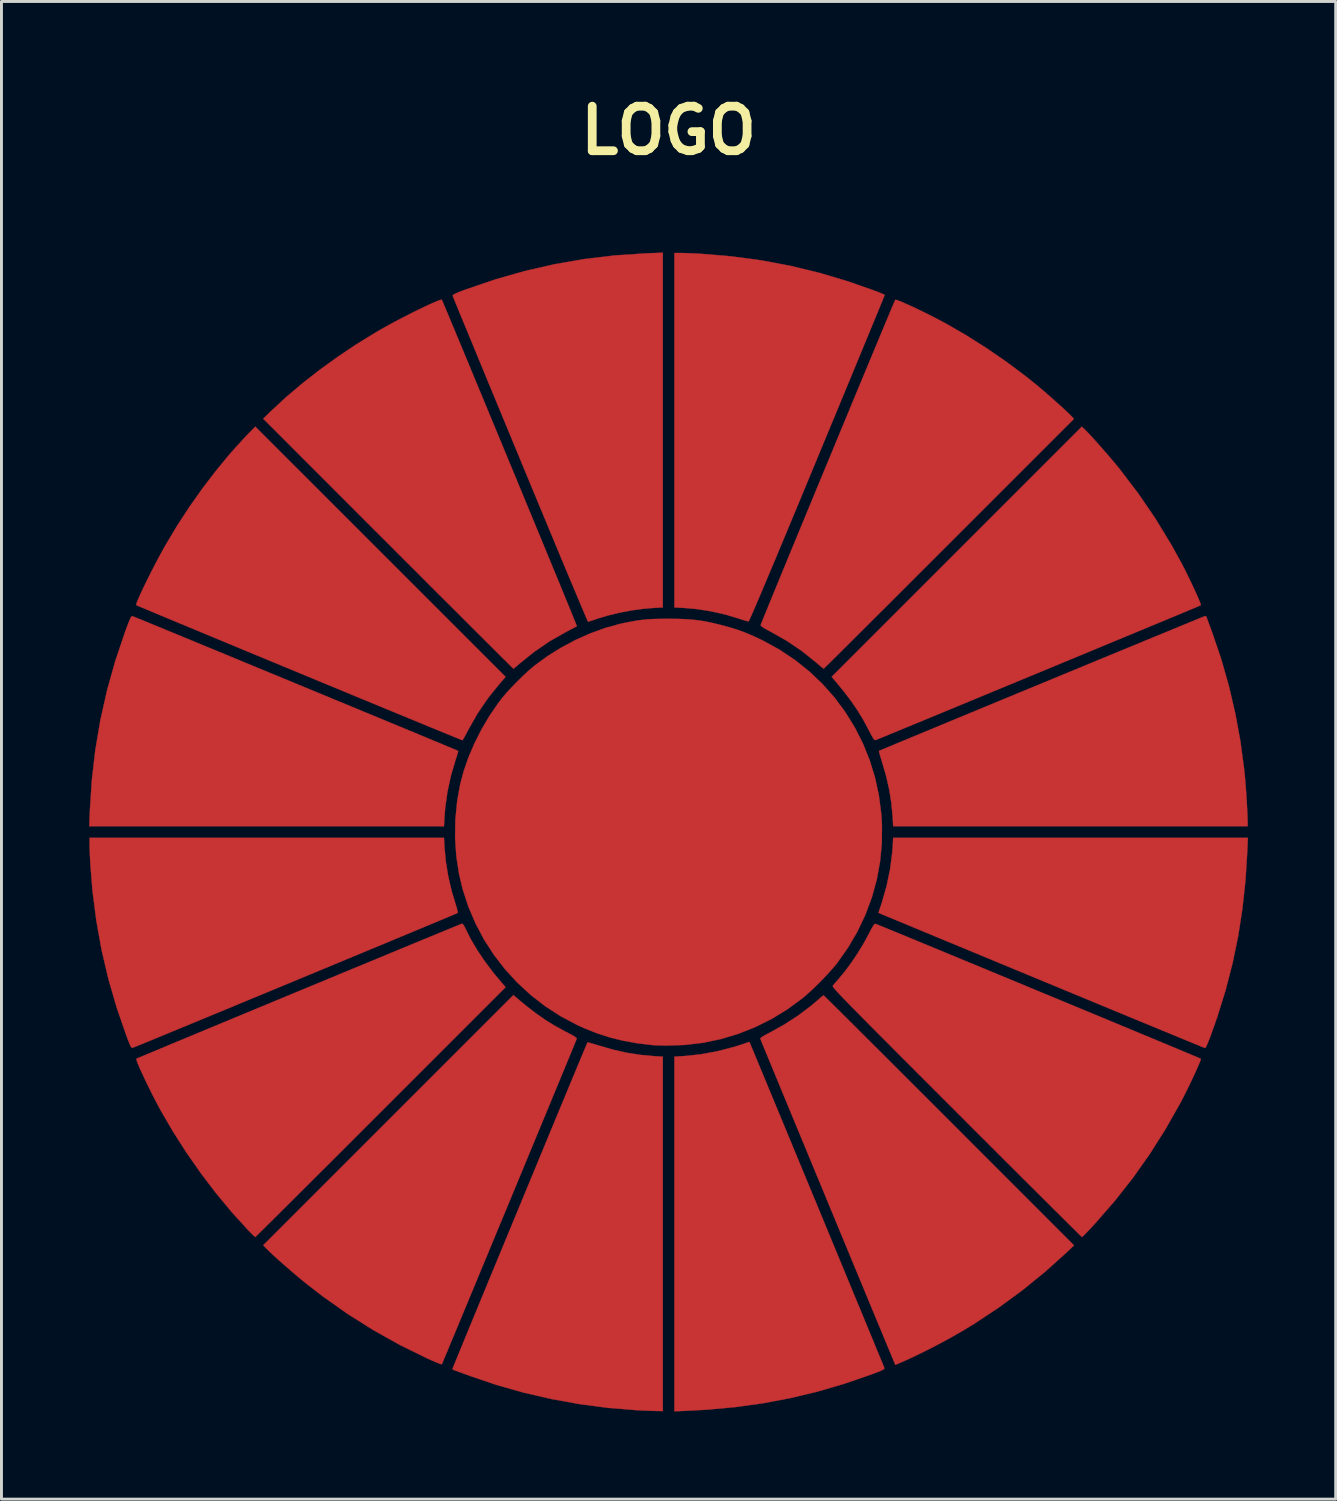
<source format=kicad_pcb>
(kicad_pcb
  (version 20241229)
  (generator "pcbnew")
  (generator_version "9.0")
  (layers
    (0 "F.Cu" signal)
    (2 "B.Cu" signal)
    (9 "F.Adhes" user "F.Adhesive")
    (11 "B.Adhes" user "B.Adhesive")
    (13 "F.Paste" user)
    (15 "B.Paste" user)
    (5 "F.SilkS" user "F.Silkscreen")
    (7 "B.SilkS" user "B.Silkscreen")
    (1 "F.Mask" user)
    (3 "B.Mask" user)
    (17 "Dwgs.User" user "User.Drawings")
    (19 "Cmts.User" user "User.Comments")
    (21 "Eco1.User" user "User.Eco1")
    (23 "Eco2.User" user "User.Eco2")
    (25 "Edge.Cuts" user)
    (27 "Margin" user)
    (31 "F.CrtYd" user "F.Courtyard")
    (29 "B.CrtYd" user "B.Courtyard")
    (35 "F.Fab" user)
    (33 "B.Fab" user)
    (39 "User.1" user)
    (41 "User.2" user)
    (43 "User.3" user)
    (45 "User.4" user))
  (footprint "LOGO"
    (layer "F.Cu")
    (at 19.826 25.418)
    (property "Reference" "LOGO" (at 0 -24 0) (layer "F.SilkS") (effects (font (size 1.524 1.524) (thickness 0.3))))
    (attr through_hole)
    (fp_poly (pts (xy 2.848 7.379) (xy 2.967 7.666) (xy 3.099 7.985) (xy 3.244 8.332) (xy 3.399 8.706) (xy 3.563 9.103) (xy 3.736 9.521) (xy 3.917 9.957) (xy 4.103 10.407) (xy 4.295 10.869) (xy 4.49 11.341) (xy 4.688 11.819) (xy 4.887 12.3) (xy 5.087 12.782) (xy 5.286 13.262) (xy 5.482 13.737) (xy 5.675 14.204) (xy 5.864 14.661) (xy 6.047 15.104) (xy 6.224 15.53) (xy 6.392 15.938) (xy 6.552 16.323) (xy 6.701 16.684) (xy 6.838 17.017) (xy 6.963 17.319) (xy 7.074 17.588) (xy 7.17 17.821) (xy 7.25 18.014) (xy 7.313 18.166) (xy 7.357 18.273) (xy 7.381 18.333) (xy 7.385 18.345) (xy 7.377 18.366) (xy 7.337 18.395) (xy 7.26 18.432) (xy 7.141 18.481) (xy 6.975 18.544) (xy 6.951 18.553) (xy 6.03 18.871) (xy 5.113 19.14) (xy 4.193 19.362) (xy 3.261 19.539) (xy 2.31 19.672) (xy 1.333 19.763) (xy 0.656 19.801) (xy 0.198 19.82) (xy 0.198 7.685) (xy 0.514 7.666) (xy 1.08 7.608) (xy 1.656 7.503) (xy 2.225 7.356) (xy 2.406 7.299) (xy 2.766 7.181) (xy 2.848 7.379)) (stroke (width 0.01) (type solid)) (fill yes) (layer "F.Cu"))
    (fp_poly (pts (xy 19.801 0.656) (xy 19.738 1.657) (xy 19.633 2.626) (xy 19.486 3.571) (xy 19.294 4.499) (xy 19.056 5.418) (xy 18.77 6.336) (xy 18.553 6.95) (xy 18.497 7.097) (xy 18.446 7.223) (xy 18.403 7.319) (xy 18.372 7.378) (xy 18.36 7.392) (xy 18.331 7.381) (xy 18.253 7.35) (xy 18.127 7.298) (xy 17.957 7.229) (xy 17.744 7.141) (xy 17.492 7.037) (xy 17.202 6.918) (xy 16.877 6.784) (xy 16.519 6.636) (xy 16.131 6.476) (xy 15.715 6.304) (xy 15.274 6.122) (xy 14.811 5.93) (xy 14.327 5.729) (xy 13.824 5.521) (xy 13.307 5.307) (xy 12.926 5.149) (xy 12.396 4.929) (xy 11.879 4.715) (xy 11.377 4.507) (xy 10.893 4.306) (xy 10.429 4.113) (xy 9.988 3.93) (xy 9.571 3.758) (xy 9.183 3.597) (xy 8.824 3.448) (xy 8.499 3.313) (xy 8.208 3.192) (xy 7.956 3.087) (xy 7.743 2.999) (xy 7.574 2.929) (xy 7.45 2.878) (xy 7.374 2.846) (xy 7.351 2.836) (xy 7.181 2.765) (xy 7.299 2.406) (xy 7.46 1.843) (xy 7.579 1.268) (xy 7.652 0.697) (xy 7.666 0.514) (xy 7.685 0.198) (xy 19.82 0.198) (xy 19.801 0.656)) (stroke (width 0.01) (type solid)) (fill yes) (layer "F.Cu"))
    (fp_poly (pts (xy -18.316 -7.375) (xy -18.238 -7.343) (xy -18.113 -7.292) (xy -17.945 -7.223) (xy -17.736 -7.137) (xy -17.491 -7.036) (xy -17.21 -6.92) (xy -16.898 -6.791) (xy -16.558 -6.651) (xy -16.191 -6.499) (xy -15.802 -6.339) (xy -15.393 -6.17) (xy -14.967 -5.994) (xy -14.527 -5.812) (xy -14.075 -5.625) (xy -13.616 -5.435) (xy -13.151 -5.243) (xy -12.684 -5.05) (xy -12.217 -4.857) (xy -11.754 -4.665) (xy -11.297 -4.476) (xy -10.85 -4.291) (xy -10.415 -4.111) (xy -9.995 -3.937) (xy -9.593 -3.77) (xy -9.212 -3.613) (xy -8.855 -3.465) (xy -8.525 -3.328) (xy -8.225 -3.203) (xy -7.957 -3.092) (xy -7.725 -2.996) (xy -7.532 -2.915) (xy -7.38 -2.852) (xy -7.273 -2.807) (xy -7.212 -2.781) (xy -7.2 -2.776) (xy -7.204 -2.748) (xy -7.223 -2.677) (xy -7.254 -2.574) (xy -7.291 -2.461) (xy -7.449 -1.922) (xy -7.567 -1.374) (xy -7.643 -0.834) (xy -7.667 -0.529) (xy -7.685 -0.198) (xy -19.821 -0.198) (xy -19.802 -0.713) (xy -19.735 -1.767) (xy -19.615 -2.807) (xy -19.441 -3.835) (xy -19.212 -4.853) (xy -18.928 -5.864) (xy -18.588 -6.872) (xy -18.564 -6.938) (xy -18.499 -7.109) (xy -18.45 -7.233) (xy -18.412 -7.317) (xy -18.383 -7.365) (xy -18.36 -7.386) (xy -18.346 -7.386) (xy -18.316 -7.375)) (stroke (width 0.01) (type solid)) (fill yes) (layer "F.Cu"))
    (fp_poly (pts (xy -0.198 -7.685) (xy -0.529 -7.667) (xy -0.898 -7.635) (xy -1.293 -7.579) (xy -1.693 -7.502) (xy -2.079 -7.408) (xy -2.433 -7.302) (xy -2.496 -7.28) (xy -2.604 -7.243) (xy -2.692 -7.215) (xy -2.747 -7.199) (xy -2.756 -7.197) (xy -2.769 -7.223) (xy -2.803 -7.299) (xy -2.856 -7.422) (xy -2.927 -7.589) (xy -3.016 -7.8) (xy -3.122 -8.051) (xy -3.243 -8.339) (xy -3.379 -8.663) (xy -3.528 -9.02) (xy -3.69 -9.407) (xy -3.863 -9.823) (xy -4.047 -10.265) (xy -4.24 -10.73) (xy -4.442 -11.216) (xy -4.651 -11.721) (xy -4.867 -12.242) (xy -5.077 -12.749) (xy -5.298 -13.284) (xy -5.514 -13.805) (xy -5.723 -14.31) (xy -5.924 -14.797) (xy -6.117 -15.263) (xy -6.3 -15.705) (xy -6.472 -16.122) (xy -6.632 -16.511) (xy -6.78 -16.869) (xy -6.914 -17.195) (xy -7.034 -17.485) (xy -7.138 -17.737) (xy -7.225 -17.949) (xy -7.294 -18.118) (xy -7.345 -18.243) (xy -7.376 -18.32) (xy -7.387 -18.346) (xy -7.382 -18.367) (xy -7.352 -18.392) (xy -7.291 -18.424) (xy -7.193 -18.466) (xy -7.052 -18.521) (xy -6.938 -18.564) (xy -5.931 -18.907) (xy -4.92 -19.195) (xy -3.902 -19.428) (xy -2.875 -19.606) (xy -1.836 -19.729) (xy -0.783 -19.799) (xy -0.713 -19.802) (xy -0.198 -19.821) (xy -0.198 -7.685)) (stroke (width 0.01) (type solid)) (fill yes) (layer "F.Cu"))
    (fp_poly (pts (xy 0.416 -19.812) (xy 0.521 -19.81) (xy 0.667 -19.805) (xy 0.838 -19.798) (xy 1.018 -19.789) (xy 1.115 -19.783) (xy 2.156 -19.696) (xy 3.176 -19.559) (xy 4.179 -19.37) (xy 5.172 -19.129) (xy 6.16 -18.833) (xy 7.006 -18.537) (xy 7.143 -18.485) (xy 7.258 -18.439) (xy 7.343 -18.403) (xy 7.389 -18.38) (xy 7.394 -18.375) (xy 7.383 -18.348) (xy 7.352 -18.271) (xy 7.301 -18.147) (xy 7.232 -17.977) (xy 7.145 -17.765) (xy 7.041 -17.513) (xy 6.921 -17.223) (xy 6.787 -16.898) (xy 6.639 -16.54) (xy 6.478 -16.151) (xy 6.306 -15.734) (xy 6.123 -15.292) (xy 5.93 -14.826) (xy 5.729 -14.339) (xy 5.519 -13.833) (xy 5.303 -13.311) (xy 5.085 -12.785) (xy 4.797 -12.089) (xy 4.526 -11.437) (xy 4.273 -10.829) (xy 4.039 -10.266) (xy 3.823 -9.748) (xy 3.626 -9.277) (xy 3.447 -8.852) (xy 3.288 -8.474) (xy 3.149 -8.145) (xy 3.029 -7.864) (xy 2.929 -7.632) (xy 2.85 -7.449) (xy 2.791 -7.317) (xy 2.753 -7.236) (xy 2.736 -7.207) (xy 2.736 -7.207) (xy 2.694 -7.214) (xy 2.612 -7.237) (xy 2.5 -7.271) (xy 2.379 -7.311) (xy 1.925 -7.446) (xy 1.44 -7.554) (xy 0.948 -7.63) (xy 0.529 -7.667) (xy 0.198 -7.685) (xy 0.198 -19.812) (xy 0.416 -19.812)) (stroke (width 0.01) (type solid)) (fill yes) (layer "F.Cu"))
    (fp_poly (pts (xy -7.667 0.529) (xy -7.621 1.023) (xy -7.536 1.534) (xy -7.415 2.043) (xy -7.306 2.407) (xy -7.265 2.537) (xy -7.235 2.647) (xy -7.217 2.727) (xy -7.215 2.766) (xy -7.216 2.767) (xy -7.244 2.78) (xy -7.32 2.813) (xy -7.443 2.864) (xy -7.61 2.934) (xy -7.817 3.021) (xy -8.061 3.123) (xy -8.34 3.239) (xy -8.651 3.369) (xy -8.99 3.51) (xy -9.355 3.662) (xy -9.743 3.824) (xy -10.152 3.993) (xy -10.577 4.17) (xy -11.016 4.352) (xy -11.467 4.54) (xy -11.926 4.73) (xy -12.39 4.923) (xy -12.857 5.117) (xy -13.323 5.31) (xy -13.786 5.502) (xy -14.243 5.691) (xy -14.69 5.877) (xy -15.125 6.057) (xy -15.545 6.231) (xy -15.947 6.397) (xy -16.328 6.555) (xy -16.686 6.703) (xy -17.016 6.839) (xy -17.317 6.964) (xy -17.585 7.074) (xy -17.818 7.17) (xy -18.012 7.25) (xy -18.164 7.312) (xy -18.273 7.356) (xy -18.334 7.381) (xy -18.347 7.386) (xy -18.369 7.379) (xy -18.397 7.343) (xy -18.432 7.271) (xy -18.479 7.158) (xy -18.537 7.008) (xy -18.879 6.02) (xy -19.166 5.033) (xy -19.399 4.041) (xy -19.58 3.037) (xy -19.711 2.017) (xy -19.783 1.115) (xy -19.793 0.936) (xy -19.801 0.758) (xy -19.808 0.597) (xy -19.811 0.468) (xy -19.812 0.416) (xy -19.812 0.198) (xy -7.685 0.198) (xy -7.667 0.529)) (stroke (width 0.01) (type solid)) (fill yes) (layer "F.Cu"))
    (fp_poly (pts (xy -9.86 -9.591) (xy -5.578 -5.31) (xy -5.747 -5.117) (xy -6.167 -4.599) (xy -6.537 -4.057) (xy -6.846 -3.514) (xy -6.913 -3.384) (xy -6.973 -3.273) (xy -7.019 -3.191) (xy -7.047 -3.146) (xy -7.052 -3.141) (xy -7.079 -3.151) (xy -7.157 -3.182) (xy -7.281 -3.232) (xy -7.45 -3.301) (xy -7.662 -3.388) (xy -7.914 -3.491) (xy -8.204 -3.61) (xy -8.529 -3.744) (xy -8.887 -3.892) (xy -9.276 -4.052) (xy -9.693 -4.224) (xy -10.135 -4.407) (xy -10.601 -4.599) (xy -11.088 -4.801) (xy -11.594 -5.01) (xy -12.115 -5.226) (xy -12.634 -5.441) (xy -13.169 -5.663) (xy -13.69 -5.879) (xy -14.195 -6.088) (xy -14.682 -6.29) (xy -15.147 -6.483) (xy -15.589 -6.667) (xy -16.005 -6.84) (xy -16.392 -7.001) (xy -16.75 -7.15) (xy -17.074 -7.285) (xy -17.362 -7.405) (xy -17.613 -7.51) (xy -17.824 -7.598) (xy -17.992 -7.668) (xy -18.115 -7.72) (xy -18.19 -7.753) (xy -18.216 -7.764) (xy -18.213 -7.798) (xy -18.186 -7.876) (xy -18.138 -7.992) (xy -18.072 -8.14) (xy -17.991 -8.314) (xy -17.897 -8.509) (xy -17.794 -8.718) (xy -17.684 -8.937) (xy -17.57 -9.158) (xy -17.455 -9.376) (xy -17.341 -9.586) (xy -17.233 -9.781) (xy -17.199 -9.84) (xy -16.81 -10.489) (xy -16.391 -11.131) (xy -15.948 -11.757) (xy -15.489 -12.358) (xy -15.022 -12.925) (xy -14.552 -13.447) (xy -14.419 -13.586) (xy -14.142 -13.871) (xy -9.86 -9.591)) (stroke (width 0.01) (type solid)) (fill yes) (layer "F.Cu"))
    (fp_poly (pts (xy -2.746 7.202) (xy -2.673 7.221) (xy -2.567 7.251) (xy -2.437 7.291) (xy -2.391 7.305) (xy -1.897 7.447) (xy -1.427 7.553) (xy -0.964 7.625) (xy -0.515 7.666) (xy -0.198 7.685) (xy -0.198 19.812) (xy -0.445 19.808) (xy -0.568 19.805) (xy -0.729 19.799) (xy -0.906 19.791) (xy -1.081 19.782) (xy -1.101 19.781) (xy -2.072 19.702) (xy -3.046 19.574) (xy -4.014 19.398) (xy -4.969 19.178) (xy -5.901 18.913) (xy -6.791 18.611) (xy -6.952 18.551) (xy -7.097 18.498) (xy -7.217 18.455) (xy -7.303 18.424) (xy -7.345 18.409) (xy -7.345 18.409) (xy -7.387 18.385) (xy -7.394 18.369) (xy -7.384 18.341) (xy -7.353 18.264) (xy -7.302 18.141) (xy -7.234 17.974) (xy -7.149 17.767) (xy -7.049 17.523) (xy -6.934 17.244) (xy -6.806 16.933) (xy -6.666 16.593) (xy -6.515 16.227) (xy -6.355 15.839) (xy -6.186 15.43) (xy -6.01 15.004) (xy -5.828 14.564) (xy -5.642 14.113) (xy -5.452 13.654) (xy -5.26 13.189) (xy -5.066 12.721) (xy -4.873 12.254) (xy -4.681 11.79) (xy -4.492 11.332) (xy -4.306 10.884) (xy -4.126 10.447) (xy -3.951 10.026) (xy -3.784 9.622) (xy -3.625 9.24) (xy -3.476 8.881) (xy -3.339 8.548) (xy -3.213 8.246) (xy -3.101 7.976) (xy -3.003 7.741) (xy -2.921 7.544) (xy -2.856 7.389) (xy -2.809 7.278) (xy -2.782 7.214) (xy -2.775 7.199) (xy -2.746 7.202)) (stroke (width 0.01) (type solid)) (fill yes) (layer "F.Cu"))
    (fp_poly (pts (xy -5.188 5.684) (xy -4.841 5.972) (xy -4.515 6.221) (xy -4.2 6.44) (xy -3.886 6.634) (xy -3.56 6.812) (xy -3.519 6.833) (xy -3.366 6.912) (xy -3.258 6.972) (xy -3.189 7.015) (xy -3.153 7.047) (xy -3.144 7.072) (xy -3.146 7.079) (xy -3.162 7.119) (xy -3.198 7.207) (xy -3.253 7.341) (xy -3.325 7.517) (xy -3.414 7.734) (xy -3.519 7.987) (xy -3.637 8.274) (xy -3.769 8.591) (xy -3.912 8.937) (xy -4.065 9.308) (xy -4.228 9.702) (xy -4.399 10.114) (xy -4.576 10.543) (xy -4.76 10.985) (xy -4.947 11.438) (xy -5.138 11.899) (xy -5.331 12.364) (xy -5.524 12.831) (xy -5.717 13.296) (xy -5.909 13.758) (xy -6.097 14.212) (xy -6.281 14.657) (xy -6.461 15.089) (xy -6.633 15.505) (xy -6.798 15.902) (xy -6.954 16.278) (xy -7.1 16.629) (xy -7.234 16.953) (xy -7.356 17.246) (xy -7.465 17.506) (xy -7.558 17.73) (xy -7.635 17.914) (xy -7.694 18.057) (xy -7.735 18.154) (xy -7.757 18.204) (xy -7.759 18.21) (xy -7.789 18.205) (xy -7.862 18.18) (xy -7.969 18.137) (xy -8.103 18.079) (xy -8.255 18.011) (xy -8.262 18.008) (xy -9.192 17.551) (xy -10.101 17.042) (xy -10.986 16.485) (xy -11.841 15.881) (xy -12.418 15.434) (xy -12.578 15.303) (xy -12.755 15.155) (xy -12.941 14.995) (xy -13.128 14.833) (xy -13.308 14.674) (xy -13.472 14.526) (xy -13.613 14.396) (xy -13.721 14.291) (xy -13.758 14.255) (xy -13.87 14.138) (xy -5.311 5.579) (xy -5.188 5.684)) (stroke (width 0.01) (type solid)) (fill yes) (layer "F.Cu"))
    (fp_poly (pts (xy 18.397 -7.371) (xy 18.409 -7.345) (xy 18.424 -7.304) (xy 18.454 -7.219) (xy 18.498 -7.099) (xy 18.551 -6.955) (xy 18.61 -6.794) (xy 18.611 -6.791) (xy 18.911 -5.908) (xy 19.172 -4.992) (xy 19.39 -4.054) (xy 19.565 -3.105) (xy 19.692 -2.155) (xy 19.711 -1.976) (xy 19.727 -1.796) (xy 19.744 -1.588) (xy 19.761 -1.362) (xy 19.776 -1.13) (xy 19.789 -0.904) (xy 19.8 -0.695) (xy 19.808 -0.516) (xy 19.812 -0.377) (xy 19.812 -0.346) (xy 19.812 -0.198) (xy 7.685 -0.198) (xy 7.666 -0.515) (xy 7.623 -0.986) (xy 7.549 -1.449) (xy 7.442 -1.92) (xy 7.305 -2.391) (xy 7.263 -2.527) (xy 7.229 -2.642) (xy 7.207 -2.727) (xy 7.198 -2.771) (xy 7.199 -2.775) (xy 7.226 -2.788) (xy 7.303 -2.82) (xy 7.426 -2.872) (xy 7.593 -2.941) (xy 7.8 -3.028) (xy 8.044 -3.129) (xy 8.324 -3.245) (xy 8.635 -3.374) (xy 8.974 -3.515) (xy 9.34 -3.667) (xy 9.728 -3.828) (xy 10.137 -3.997) (xy 10.563 -4.174) (xy 11.003 -4.356) (xy 11.454 -4.543) (xy 11.914 -4.733) (xy 12.379 -4.925) (xy 12.846 -5.118) (xy 13.313 -5.312) (xy 13.777 -5.503) (xy 14.235 -5.692) (xy 14.683 -5.878) (xy 15.12 -6.058) (xy 15.541 -6.232) (xy 15.945 -6.398) (xy 16.327 -6.556) (xy 16.686 -6.704) (xy 17.019 -6.841) (xy 17.321 -6.966) (xy 17.592 -7.077) (xy 17.826 -7.174) (xy 18.023 -7.254) (xy 18.178 -7.318) (xy 18.289 -7.363) (xy 18.353 -7.389) (xy 18.368 -7.394) (xy 18.397 -7.371)) (stroke (width 0.01) (type solid)) (fill yes) (layer "F.Cu"))
    (fp_poly (pts (xy 14.255 -13.758) (xy 14.345 -13.666) (xy 14.465 -13.539) (xy 14.605 -13.384) (xy 14.76 -13.21) (xy 14.922 -13.026) (xy 15.084 -12.838) (xy 15.238 -12.656) (xy 15.378 -12.487) (xy 15.434 -12.418) (xy 16.071 -11.582) (xy 16.665 -10.711) (xy 17.213 -9.809) (xy 17.567 -9.164) (xy 17.657 -8.99) (xy 17.749 -8.805) (xy 17.841 -8.615) (xy 17.93 -8.428) (xy 18.012 -8.252) (xy 18.084 -8.092) (xy 18.143 -7.956) (xy 18.185 -7.85) (xy 18.208 -7.782) (xy 18.21 -7.759) (xy 18.183 -7.748) (xy 18.107 -7.715) (xy 17.984 -7.664) (xy 17.818 -7.595) (xy 17.612 -7.509) (xy 17.368 -7.407) (xy 17.089 -7.291) (xy 16.779 -7.162) (xy 16.44 -7.022) (xy 16.075 -6.87) (xy 15.687 -6.709) (xy 15.279 -6.54) (xy 14.854 -6.363) (xy 14.415 -6.181) (xy 13.965 -5.994) (xy 13.506 -5.804) (xy 13.042 -5.612) (xy 12.575 -5.418) (xy 12.109 -5.225) (xy 11.646 -5.033) (xy 11.189 -4.844) (xy 10.742 -4.659) (xy 10.307 -4.479) (xy 9.886 -4.305) (xy 9.484 -4.138) (xy 9.102 -3.98) (xy 8.745 -3.832) (xy 8.414 -3.695) (xy 8.112 -3.571) (xy 7.844 -3.46) (xy 7.61 -3.364) (xy 7.416 -3.283) (xy 7.262 -3.22) (xy 7.153 -3.176) (xy 7.091 -3.15) (xy 7.079 -3.146) (xy 7.056 -3.148) (xy 7.026 -3.175) (xy 6.986 -3.233) (xy 6.932 -3.328) (xy 6.86 -3.467) (xy 6.833 -3.519) (xy 6.657 -3.846) (xy 6.465 -4.162) (xy 6.25 -4.476) (xy 6.005 -4.8) (xy 5.722 -5.144) (xy 5.684 -5.188) (xy 5.579 -5.311) (xy 14.138 -13.87) (xy 14.255 -13.758)) (stroke (width 0.01) (type solid)) (fill yes) (layer "F.Cu"))
    (fp_poly (pts (xy 5.324 5.608) (xy 5.384 5.665) (xy 5.479 5.76) (xy 5.609 5.888) (xy 5.772 6.049) (xy 5.965 6.241) (xy 6.187 6.462) (xy 6.436 6.71) (xy 6.71 6.984) (xy 7.008 7.281) (xy 7.328 7.599) (xy 7.667 7.938) (xy 8.023 8.294) (xy 8.396 8.667) (xy 8.784 9.054) (xy 9.183 9.453) (xy 9.593 9.863) (xy 9.596 9.866) (xy 13.871 14.143) (xy 13.631 14.371) (xy 12.896 15.034) (xy 12.118 15.667) (xy 11.305 16.264) (xy 10.466 16.819) (xy 10.126 17.027) (xy 9.817 17.206) (xy 9.482 17.393) (xy 9.132 17.579) (xy 8.78 17.758) (xy 8.439 17.925) (xy 8.121 18.074) (xy 7.863 18.186) (xy 7.758 18.23) (xy 7.714 18.125) (xy 7.67 18.021) (xy 7.608 17.872) (xy 7.529 17.682) (xy 7.434 17.453) (xy 7.324 17.188) (xy 7.2 16.89) (xy 7.064 16.562) (xy 6.917 16.207) (xy 6.76 15.828) (xy 6.594 15.427) (xy 6.421 15.009) (xy 6.241 14.575) (xy 6.056 14.129) (xy 5.867 13.673) (xy 5.676 13.21) (xy 5.483 12.744) (xy 5.29 12.278) (xy 5.098 11.813) (xy 4.907 11.354) (xy 4.721 10.903) (xy 4.539 10.463) (xy 4.362 10.037) (xy 4.193 9.627) (xy 4.032 9.238) (xy 3.88 8.871) (xy 3.739 8.53) (xy 3.61 8.218) (xy 3.494 7.937) (xy 3.393 7.691) (xy 3.306 7.482) (xy 3.237 7.314) (xy 3.185 7.188) (xy 3.153 7.109) (xy 3.141 7.079) (xy 3.141 7.079) (xy 3.147 7.054) (xy 3.181 7.021) (xy 3.25 6.976) (xy 3.36 6.915) (xy 3.49 6.848) (xy 3.961 6.585) (xy 4.422 6.286) (xy 4.855 5.961) (xy 5.091 5.761) (xy 5.178 5.685) (xy 5.249 5.626) (xy 5.294 5.593) (xy 5.303 5.588) (xy 5.324 5.608)) (stroke (width 0.01) (type solid)) (fill yes) (layer "F.Cu"))
    (fp_poly (pts (xy -7.046 3.146) (xy -7.01 3.188) (xy -6.964 3.274) (xy -6.948 3.31) (xy -6.768 3.667) (xy -6.545 4.043) (xy -6.285 4.429) (xy -5.994 4.816) (xy -5.717 5.149) (xy -5.578 5.31) (xy -9.851 9.583) (xy -10.262 9.993) (xy -10.661 10.393) (xy -11.048 10.78) (xy -11.421 11.152) (xy -11.778 11.508) (xy -12.118 11.847) (xy -12.437 12.165) (xy -12.735 12.462) (xy -13.009 12.735) (xy -13.258 12.983) (xy -13.48 13.204) (xy -13.674 13.396) (xy -13.836 13.557) (xy -13.966 13.686) (xy -14.062 13.78) (xy -14.121 13.837) (xy -14.142 13.857) (xy -14.168 13.838) (xy -14.223 13.786) (xy -14.3 13.709) (xy -14.383 13.624) (xy -14.935 13.018) (xy -15.477 12.366) (xy -16.001 11.678) (xy -16.499 10.964) (xy -16.964 10.236) (xy -17.377 9.525) (xy -17.482 9.33) (xy -17.59 9.124) (xy -17.698 8.911) (xy -17.803 8.7) (xy -17.902 8.496) (xy -17.992 8.304) (xy -18.071 8.132) (xy -18.135 7.985) (xy -18.181 7.869) (xy -18.207 7.791) (xy -18.21 7.757) (xy -18.21 7.757) (xy -18.182 7.744) (xy -18.106 7.712) (xy -17.983 7.66) (xy -17.816 7.59) (xy -17.61 7.504) (xy -17.365 7.402) (xy -17.086 7.285) (xy -16.776 7.156) (xy -16.436 7.015) (xy -16.071 6.863) (xy -15.683 6.701) (xy -15.275 6.532) (xy -14.85 6.355) (xy -14.41 6.173) (xy -13.96 5.986) (xy -13.501 5.795) (xy -13.036 5.603) (xy -12.57 5.409) (xy -12.103 5.216) (xy -11.64 5.024) (xy -11.184 4.834) (xy -10.736 4.649) (xy -10.301 4.469) (xy -9.881 4.295) (xy -9.479 4.129) (xy -9.098 3.971) (xy -8.74 3.823) (xy -8.41 3.687) (xy -8.109 3.562) (xy -7.841 3.452) (xy -7.608 3.356) (xy -7.414 3.276) (xy -7.261 3.214) (xy -7.152 3.169) (xy -7.091 3.145) (xy -7.078 3.14) (xy -7.046 3.146)) (stroke (width 0.01) (type solid)) (fill yes) (layer "F.Cu"))
    (fp_poly (pts (xy -7.76 -18.211) (xy -7.747 -18.183) (xy -7.714 -18.106) (xy -7.662 -17.983) (xy -7.592 -17.816) (xy -7.505 -17.609) (xy -7.403 -17.364) (xy -7.287 -17.085) (xy -7.157 -16.774) (xy -7.016 -16.435) (xy -6.864 -16.069) (xy -6.703 -15.681) (xy -6.534 -15.273) (xy -6.357 -14.847) (xy -6.175 -14.408) (xy -5.988 -13.957) (xy -5.798 -13.498) (xy -5.606 -13.033) (xy -5.413 -12.566) (xy -5.219 -12.099) (xy -5.028 -11.636) (xy -4.839 -11.178) (xy -4.653 -10.73) (xy -4.473 -10.294) (xy -4.299 -9.873) (xy -4.133 -9.469) (xy -3.975 -9.087) (xy -3.827 -8.728) (xy -3.69 -8.396) (xy -3.566 -8.093) (xy -3.455 -7.822) (xy -3.358 -7.587) (xy -3.278 -7.39) (xy -3.214 -7.234) (xy -3.169 -7.123) (xy -3.144 -7.058) (xy -3.138 -7.042) (xy -3.165 -7.027) (xy -3.233 -6.991) (xy -3.333 -6.939) (xy -3.456 -6.875) (xy -3.514 -6.845) (xy -4.067 -6.53) (xy -4.602 -6.164) (xy -5.112 -5.752) (xy -5.112 -5.752) (xy -5.197 -5.679) (xy -5.264 -5.623) (xy -5.303 -5.591) (xy -5.31 -5.588) (xy -5.33 -5.608) (xy -5.389 -5.665) (xy -5.484 -5.759) (xy -5.613 -5.888) (xy -5.775 -6.049) (xy -5.968 -6.241) (xy -6.189 -6.462) (xy -6.438 -6.71) (xy -6.712 -6.983) (xy -7.009 -7.28) (xy -7.328 -7.599) (xy -7.667 -7.937) (xy -8.024 -8.293) (xy -8.396 -8.666) (xy -8.783 -9.053) (xy -9.183 -9.452) (xy -9.593 -9.863) (xy -9.596 -9.865) (xy -13.871 -14.142) (xy -13.586 -14.419) (xy -13.077 -14.889) (xy -12.522 -15.358) (xy -11.93 -15.82) (xy -11.309 -16.268) (xy -10.671 -16.695) (xy -10.022 -17.093) (xy -9.84 -17.199) (xy -9.639 -17.312) (xy -9.425 -17.429) (xy -9.202 -17.547) (xy -8.976 -17.664) (xy -8.754 -17.777) (xy -8.54 -17.882) (xy -8.341 -17.978) (xy -8.162 -18.061) (xy -8.009 -18.129) (xy -7.887 -18.179) (xy -7.803 -18.208) (xy -7.762 -18.213) (xy -7.76 -18.211)) (stroke (width 0.01) (type solid)) (fill yes) (layer "F.Cu"))
    (fp_poly (pts (xy 7.791 -18.207) (xy 7.868 -18.181) (xy 7.984 -18.135) (xy 8.13 -18.071) (xy 8.303 -17.993) (xy 8.494 -17.903) (xy 8.698 -17.804) (xy 8.91 -17.699) (xy 9.122 -17.591) (xy 9.328 -17.483) (xy 9.524 -17.378) (xy 9.525 -17.377) (xy 10.204 -16.984) (xy 10.887 -16.55) (xy 11.559 -16.088) (xy 12.2 -15.609) (xy 12.545 -15.334) (xy 12.681 -15.22) (xy 12.838 -15.087) (xy 13.005 -14.941) (xy 13.176 -14.791) (xy 13.341 -14.644) (xy 13.492 -14.507) (xy 13.621 -14.387) (xy 13.72 -14.293) (xy 13.758 -14.255) (xy 13.87 -14.138) (xy 9.595 -9.863) (xy 9.185 -9.453) (xy 8.785 -9.053) (xy 8.398 -8.667) (xy 8.025 -8.294) (xy 7.668 -7.938) (xy 7.329 -7.599) (xy 7.01 -7.281) (xy 6.712 -6.984) (xy 6.438 -6.711) (xy 6.189 -6.463) (xy 5.967 -6.242) (xy 5.774 -6.05) (xy 5.611 -5.889) (xy 5.482 -5.76) (xy 5.386 -5.666) (xy 5.327 -5.608) (xy 5.306 -5.589) (xy 5.306 -5.589) (xy 5.28 -5.606) (xy 5.222 -5.654) (xy 5.141 -5.722) (xy 5.08 -5.775) (xy 4.581 -6.178) (xy 4.052 -6.537) (xy 3.485 -6.859) (xy 3.471 -6.865) (xy 3.319 -6.947) (xy 3.217 -7.009) (xy 3.162 -7.055) (xy 3.15 -7.079) (xy 3.16 -7.109) (xy 3.192 -7.188) (xy 3.242 -7.313) (xy 3.311 -7.482) (xy 3.396 -7.691) (xy 3.497 -7.937) (xy 3.612 -8.218) (xy 3.741 -8.531) (xy 3.881 -8.872) (xy 4.032 -9.239) (xy 4.193 -9.629) (xy 4.362 -10.038) (xy 4.538 -10.465) (xy 4.72 -10.905) (xy 4.907 -11.357) (xy 5.097 -11.816) (xy 5.289 -12.281) (xy 5.483 -12.748) (xy 5.676 -13.215) (xy 5.867 -13.678) (xy 6.057 -14.134) (xy 6.242 -14.581) (xy 6.422 -15.016) (xy 6.596 -15.435) (xy 6.763 -15.836) (xy 6.921 -16.216) (xy 7.069 -16.572) (xy 7.206 -16.901) (xy 7.33 -17.199) (xy 7.441 -17.465) (xy 7.538 -17.695) (xy 7.618 -17.887) (xy 7.681 -18.037) (xy 7.726 -18.142) (xy 7.752 -18.199) (xy 7.757 -18.21) (xy 7.791 -18.207)) (stroke (width 0.01) (type solid)) (fill yes) (layer "F.Cu"))
    (fp_poly (pts (xy 0.306 -7.293) (xy 0.57 -7.284) (xy 0.806 -7.268) (xy 1.028 -7.243) (xy 1.249 -7.207) (xy 1.484 -7.158) (xy 1.748 -7.095) (xy 1.794 -7.083) (xy 2.088 -7.004) (xy 2.353 -6.922) (xy 2.604 -6.83) (xy 2.862 -6.722) (xy 3.143 -6.591) (xy 3.231 -6.548) (xy 3.793 -6.24) (xy 4.32 -5.889) (xy 4.81 -5.498) (xy 5.262 -5.069) (xy 5.673 -4.606) (xy 6.042 -4.11) (xy 6.367 -3.585) (xy 6.647 -3.033) (xy 6.88 -2.457) (xy 7.064 -1.859) (xy 7.197 -1.242) (xy 7.278 -0.608) (xy 7.3 -0.254) (xy 7.296 0.379) (xy 7.236 1.006) (xy 7.123 1.625) (xy 6.956 2.231) (xy 6.736 2.822) (xy 6.466 3.394) (xy 6.145 3.945) (xy 5.775 4.47) (xy 5.762 4.487) (xy 5.627 4.651) (xy 5.459 4.839) (xy 5.271 5.038) (xy 5.073 5.238) (xy 4.876 5.426) (xy 4.693 5.591) (xy 4.586 5.681) (xy 4.075 6.058) (xy 3.535 6.389) (xy 2.972 6.67) (xy 2.388 6.902) (xy 1.788 7.083) (xy 1.176 7.211) (xy 0.554 7.285) (xy -0.056 7.305) (xy -0.207 7.303) (xy -0.345 7.299) (xy -0.458 7.296) (xy -0.53 7.292) (xy -0.536 7.291) (xy -1.064 7.228) (xy -1.551 7.141) (xy -2.011 7.028) (xy -2.454 6.884) (xy -2.895 6.708) (xy -3.125 6.603) (xy -3.686 6.306) (xy -4.216 5.964) (xy -4.712 5.58) (xy -5.172 5.156) (xy -5.594 4.697) (xy -5.975 4.204) (xy -6.313 3.68) (xy -6.605 3.13) (xy -6.85 2.554) (xy -7.045 1.957) (xy -7.167 1.447) (xy -7.262 0.837) (xy -7.305 0.213) (xy -7.296 -0.418) (xy -7.235 -1.05) (xy -7.137 -1.604) (xy -7.015 -2.071) (xy -6.848 -2.553) (xy -6.64 -3.039) (xy -6.398 -3.517) (xy -6.127 -3.977) (xy -5.831 -4.408) (xy -5.683 -4.6) (xy -5.543 -4.765) (xy -5.371 -4.952) (xy -5.181 -5.148) (xy -4.985 -5.34) (xy -4.796 -5.516) (xy -4.626 -5.662) (xy -4.6 -5.683) (xy -4.159 -6.008) (xy -3.684 -6.305) (xy -3.186 -6.571) (xy -2.673 -6.799) (xy -2.158 -6.986) (xy -1.649 -7.125) (xy -1.538 -7.149) (xy -1.311 -7.195) (xy -1.115 -7.23) (xy -0.936 -7.256) (xy -0.762 -7.274) (xy -0.578 -7.286) (xy -0.371 -7.292) (xy -0.127 -7.295) (xy 0 -7.295) (xy 0.306 -7.293)) (stroke (width 0.01) (type solid)) (fill yes) (layer "F.Cu"))
    (fp_poly (pts (xy 7.112 3.154) (xy 7.193 3.187) (xy 7.321 3.239) (xy 7.491 3.309) (xy 7.702 3.395) (xy 7.95 3.498) (xy 8.232 3.614) (xy 8.546 3.744) (xy 8.888 3.885) (xy 9.256 4.037) (xy 9.646 4.199) (xy 10.056 4.369) (xy 10.483 4.545) (xy 10.924 4.728) (xy 11.375 4.915) (xy 11.835 5.105) (xy 12.299 5.298) (xy 12.766 5.492) (xy 13.232 5.685) (xy 13.695 5.877) (xy 14.15 6.066) (xy 14.596 6.251) (xy 15.03 6.431) (xy 15.449 6.605) (xy 15.849 6.771) (xy 16.227 6.929) (xy 16.582 7.076) (xy 16.91 7.213) (xy 17.207 7.337) (xy 17.472 7.447) (xy 17.701 7.542) (xy 17.891 7.622) (xy 18.039 7.684) (xy 18.143 7.728) (xy 18.199 7.752) (xy 18.209 7.757) (xy 18.205 7.788) (xy 18.178 7.864) (xy 18.132 7.975) (xy 18.07 8.117) (xy 17.996 8.282) (xy 17.911 8.462) (xy 17.82 8.653) (xy 17.726 8.845) (xy 17.632 9.033) (xy 17.54 9.21) (xy 17.498 9.29) (xy 16.994 10.177) (xy 16.459 11.022) (xy 15.887 11.832) (xy 15.272 12.614) (xy 14.609 13.374) (xy 14.47 13.525) (xy 14.365 13.638) (xy 14.272 13.734) (xy 14.2 13.806) (xy 14.155 13.849) (xy 14.143 13.857) (xy 14.122 13.837) (xy 14.062 13.78) (xy 13.967 13.686) (xy 13.837 13.557) (xy 13.674 13.396) (xy 13.481 13.204) (xy 13.258 12.983) (xy 13.009 12.735) (xy 12.735 12.462) (xy 12.437 12.165) (xy 12.117 11.847) (xy 11.778 11.508) (xy 11.421 11.152) (xy 11.048 10.779) (xy 10.661 10.393) (xy 10.261 9.993) (xy 9.852 9.583) (xy 9.363 9.095) (xy 8.914 8.645) (xy 8.501 8.232) (xy 8.124 7.854) (xy 7.78 7.51) (xy 7.469 7.198) (xy 7.188 6.916) (xy 6.936 6.663) (xy 6.713 6.437) (xy 6.515 6.237) (xy 6.342 6.061) (xy 6.191 5.908) (xy 6.063 5.775) (xy 5.954 5.662) (xy 5.863 5.567) (xy 5.79 5.488) (xy 5.731 5.424) (xy 5.687 5.373) (xy 5.655 5.334) (xy 5.633 5.304) (xy 5.62 5.283) (xy 5.616 5.269) (xy 5.617 5.26) (xy 5.618 5.258) (xy 5.656 5.212) (xy 5.719 5.139) (xy 5.793 5.056) (xy 5.795 5.054) (xy 6.023 4.78) (xy 6.254 4.467) (xy 6.48 4.13) (xy 6.689 3.784) (xy 6.848 3.49) (xy 6.925 3.341) (xy 6.983 3.238) (xy 7.026 3.174) (xy 7.058 3.144) (xy 7.079 3.141) (xy 7.112 3.154)) (stroke (width 0.01) (type solid)) (fill yes) (layer "F.Cu"))
    (pad "1" smd circle (at 2.5 -14) (size 1.524 1.524) (layers "F.Cu"))
    (pad "2" smd circle (at 8 -12) (size 1.524 1.524) (layers "F.Cu"))
    (pad "3" smd circle (at 12 -8) (size 1.524 1.524) (layers "F.Cu"))
    (pad "4" smd circle (at 14 -2.5) (size 1.524 1.524) (layers "F.Cu"))
    (pad "5" smd circle (at 14 3) (size 1.524 1.524) (layers "F.Cu"))
    (pad "6" smd circle (at 12 8) (size 1.524 1.524) (layers "F.Cu"))
    (pad "7" smd circle (at 8 12) (size 1.524 1.524) (layers "F.Cu"))
    (pad "8" smd circle (at 2.5 14) (size 1.524 1.524) (layers "F.Cu"))
    (pad "9" smd circle (at -2.5 14) (size 1.524 1.524) (layers "F.Cu"))
    (pad "10" smd circle (at -8 12) (size 1.524 1.524) (layers "F.Cu"))
    (pad "11" smd circle (at -12 8) (size 1.524 1.524) (layers "F.Cu"))
    (pad "12" smd circle (at -14 3) (size 1.524 1.524) (layers "F.Cu"))
    (pad "13" smd circle (at -14 -2.5) (size 1.524 1.524) (layers "F.Cu"))
    (pad "14" smd circle (at -12 -8) (size 1.524 1.524) (layers "F.Cu"))
    (pad "15" smd circle (at -8 -12) (size 1.524 1.524) (layers "F.Cu"))
    (pad "16" smd circle (at -2.5 -14) (size 1.524 1.524) (layers "F.Cu"))
    (pad "17" smd circle (at 0 0) (size 1.524 1.524) (layers "F.Cu")))
  (gr_rect
    (start -3 -3)
    (end 42.651 48.243)
    (stroke (width 0.1) (type default))
    (fill no)
    (layer "Edge.Cuts")))
</source>
